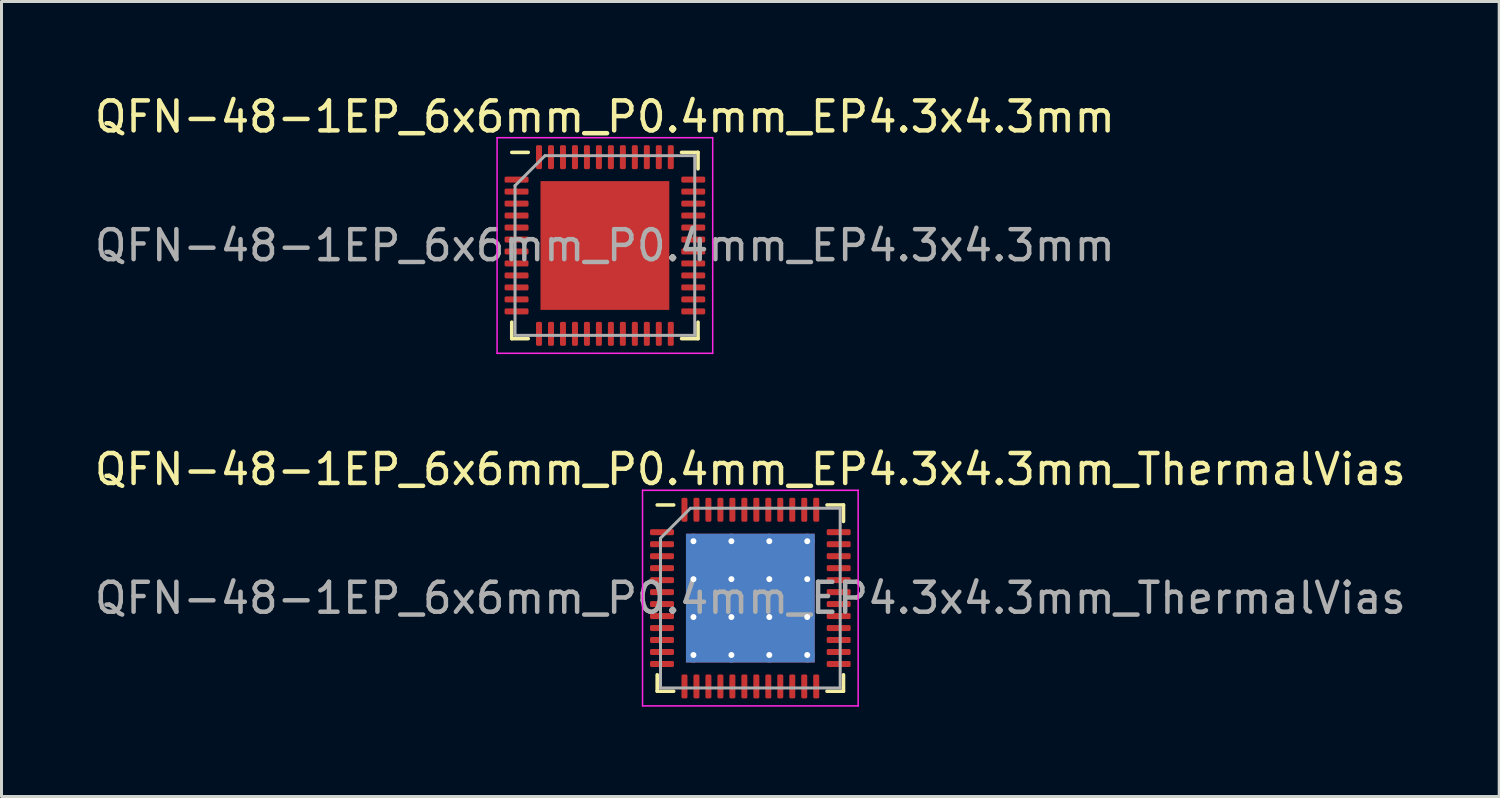
<source format=kicad_pcb>
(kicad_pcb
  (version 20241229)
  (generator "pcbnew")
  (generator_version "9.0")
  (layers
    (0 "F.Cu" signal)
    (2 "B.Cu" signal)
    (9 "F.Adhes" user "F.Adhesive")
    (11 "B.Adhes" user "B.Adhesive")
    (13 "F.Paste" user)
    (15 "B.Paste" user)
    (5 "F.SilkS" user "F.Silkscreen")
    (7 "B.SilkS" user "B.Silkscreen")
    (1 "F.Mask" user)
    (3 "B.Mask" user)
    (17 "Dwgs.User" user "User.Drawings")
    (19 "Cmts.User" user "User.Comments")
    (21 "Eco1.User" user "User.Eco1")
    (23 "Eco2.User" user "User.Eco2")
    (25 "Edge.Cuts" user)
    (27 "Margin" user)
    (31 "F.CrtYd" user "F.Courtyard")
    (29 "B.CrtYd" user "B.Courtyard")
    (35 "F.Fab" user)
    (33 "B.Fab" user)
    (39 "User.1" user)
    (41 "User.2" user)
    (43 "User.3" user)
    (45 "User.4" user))
  (footprint "QFN-48-1EP_6x6mm_P0.4mm_EP4.3x4.3mm"
    (layer "F.Cu")
    (at 17.149 5.148)
    (property "Reference" "QFN-48-1EP_6x6mm_P0.4mm_EP4.3x4.3mm" (at 0 -4.3 0) (layer "F.SilkS") (effects (font (size 1 1) (thickness 0.15))))
    (attr smd)
    (fp_line (start -3.11 3.11) (end -3.11 2.56) (stroke (width 0.12) (type solid)) (layer "F.SilkS"))
    (fp_line (start -2.56 -3.11) (end -3.11 -3.11) (stroke (width 0.12) (type solid)) (layer "F.SilkS"))
    (fp_line (start -2.56 3.11) (end -3.11 3.11) (stroke (width 0.12) (type solid)) (layer "F.SilkS"))
    (fp_line (start 2.56 -3.11) (end 3.11 -3.11) (stroke (width 0.12) (type solid)) (layer "F.SilkS"))
    (fp_line (start 2.56 3.11) (end 3.11 3.11) (stroke (width 0.12) (type solid)) (layer "F.SilkS"))
    (fp_line (start 3.11 -3.11) (end 3.11 -2.56) (stroke (width 0.12) (type solid)) (layer "F.SilkS"))
    (fp_line (start 3.11 3.11) (end 3.11 2.56) (stroke (width 0.12) (type solid)) (layer "F.SilkS"))
    (fp_line (start -3.6 -3.6) (end -3.6 3.6) (stroke (width 0.05) (type solid)) (layer "F.CrtYd"))
    (fp_line (start -3.6 3.6) (end 3.6 3.6) (stroke (width 0.05) (type solid)) (layer "F.CrtYd"))
    (fp_line (start 3.6 -3.6) (end -3.6 -3.6) (stroke (width 0.05) (type solid)) (layer "F.CrtYd"))
    (fp_line (start 3.6 3.6) (end 3.6 -3.6) (stroke (width 0.05) (type solid)) (layer "F.CrtYd"))
    (fp_line (start -3 -2) (end -2 -3) (stroke (width 0.1) (type solid)) (layer "F.Fab"))
    (fp_line (start -3 3) (end -3 -2) (stroke (width 0.1) (type solid)) (layer "F.Fab"))
    (fp_line (start -2 -3) (end 3 -3) (stroke (width 0.1) (type solid)) (layer "F.Fab"))
    (fp_line (start 3 -3) (end 3 3) (stroke (width 0.1) (type solid)) (layer "F.Fab"))
    (fp_line (start 3 3) (end -3 3) (stroke (width 0.1) (type solid)) (layer "F.Fab"))
    (fp_text user "${REFERENCE}" (at 0 0 0) (layer "F.Fab") (effects (font (size 1 1) (thickness 0.15))))
    (pad "" smd roundrect (at -1.43 -1.43) (size 1.16 1.16) (layers "F.Paste") (roundrect_rratio 0.216))
    (pad "" smd roundrect (at -1.43 0) (size 1.16 1.16) (layers "F.Paste") (roundrect_rratio 0.216))
    (pad "" smd roundrect (at -1.43 1.43) (size 1.16 1.16) (layers "F.Paste") (roundrect_rratio 0.216))
    (pad "" smd roundrect (at 0 -1.43) (size 1.16 1.16) (layers "F.Paste") (roundrect_rratio 0.216))
    (pad "" smd roundrect (at 0 0) (size 1.16 1.16) (layers "F.Paste") (roundrect_rratio 0.216))
    (pad "" smd roundrect (at 0 1.43) (size 1.16 1.16) (layers "F.Paste") (roundrect_rratio 0.216))
    (pad "" smd roundrect (at 1.43 -1.43) (size 1.16 1.16) (layers "F.Paste") (roundrect_rratio 0.216))
    (pad "" smd roundrect (at 1.43 0) (size 1.16 1.16) (layers "F.Paste") (roundrect_rratio 0.216))
    (pad "" smd roundrect (at 1.43 1.43) (size 1.16 1.16) (layers "F.Paste") (roundrect_rratio 0.216))
    (pad "1" smd roundrect (at -2.95 -2.2) (size 0.8 0.2) (layers "F.Cu" "F.Mask" "F.Paste") (roundrect_rratio 0.25))
    (pad "2" smd roundrect (at -2.95 -1.8) (size 0.8 0.2) (layers "F.Cu" "F.Mask" "F.Paste") (roundrect_rratio 0.25))
    (pad "3" smd roundrect (at -2.95 -1.4) (size 0.8 0.2) (layers "F.Cu" "F.Mask" "F.Paste") (roundrect_rratio 0.25))
    (pad "4" smd roundrect (at -2.95 -1) (size 0.8 0.2) (layers "F.Cu" "F.Mask" "F.Paste") (roundrect_rratio 0.25))
    (pad "5" smd roundrect (at -2.95 -0.6) (size 0.8 0.2) (layers "F.Cu" "F.Mask" "F.Paste") (roundrect_rratio 0.25))
    (pad "6" smd roundrect (at -2.95 -0.2) (size 0.8 0.2) (layers "F.Cu" "F.Mask" "F.Paste") (roundrect_rratio 0.25))
    (pad "7" smd roundrect (at -2.95 0.2) (size 0.8 0.2) (layers "F.Cu" "F.Mask" "F.Paste") (roundrect_rratio 0.25))
    (pad "8" smd roundrect (at -2.95 0.6) (size 0.8 0.2) (layers "F.Cu" "F.Mask" "F.Paste") (roundrect_rratio 0.25))
    (pad "9" smd roundrect (at -2.95 1) (size 0.8 0.2) (layers "F.Cu" "F.Mask" "F.Paste") (roundrect_rratio 0.25))
    (pad "10" smd roundrect (at -2.95 1.4) (size 0.8 0.2) (layers "F.Cu" "F.Mask" "F.Paste") (roundrect_rratio 0.25))
    (pad "11" smd roundrect (at -2.95 1.8) (size 0.8 0.2) (layers "F.Cu" "F.Mask" "F.Paste") (roundrect_rratio 0.25))
    (pad "12" smd roundrect (at -2.95 2.2) (size 0.8 0.2) (layers "F.Cu" "F.Mask" "F.Paste") (roundrect_rratio 0.25))
    (pad "13" smd roundrect (at -2.2 2.95) (size 0.2 0.8) (layers "F.Cu" "F.Mask" "F.Paste") (roundrect_rratio 0.25))
    (pad "14" smd roundrect (at -1.8 2.95) (size 0.2 0.8) (layers "F.Cu" "F.Mask" "F.Paste") (roundrect_rratio 0.25))
    (pad "15" smd roundrect (at -1.4 2.95) (size 0.2 0.8) (layers "F.Cu" "F.Mask" "F.Paste") (roundrect_rratio 0.25))
    (pad "16" smd roundrect (at -1 2.95) (size 0.2 0.8) (layers "F.Cu" "F.Mask" "F.Paste") (roundrect_rratio 0.25))
    (pad "17" smd roundrect (at -0.6 2.95) (size 0.2 0.8) (layers "F.Cu" "F.Mask" "F.Paste") (roundrect_rratio 0.25))
    (pad "18" smd roundrect (at -0.2 2.95) (size 0.2 0.8) (layers "F.Cu" "F.Mask" "F.Paste") (roundrect_rratio 0.25))
    (pad "19" smd roundrect (at 0.2 2.95) (size 0.2 0.8) (layers "F.Cu" "F.Mask" "F.Paste") (roundrect_rratio 0.25))
    (pad "20" smd roundrect (at 0.6 2.95) (size 0.2 0.8) (layers "F.Cu" "F.Mask" "F.Paste") (roundrect_rratio 0.25))
    (pad "21" smd roundrect (at 1 2.95) (size 0.2 0.8) (layers "F.Cu" "F.Mask" "F.Paste") (roundrect_rratio 0.25))
    (pad "22" smd roundrect (at 1.4 2.95) (size 0.2 0.8) (layers "F.Cu" "F.Mask" "F.Paste") (roundrect_rratio 0.25))
    (pad "23" smd roundrect (at 1.8 2.95) (size 0.2 0.8) (layers "F.Cu" "F.Mask" "F.Paste") (roundrect_rratio 0.25))
    (pad "24" smd roundrect (at 2.2 2.95) (size 0.2 0.8) (layers "F.Cu" "F.Mask" "F.Paste") (roundrect_rratio 0.25))
    (pad "25" smd roundrect (at 2.95 2.2) (size 0.8 0.2) (layers "F.Cu" "F.Mask" "F.Paste") (roundrect_rratio 0.25))
    (pad "26" smd roundrect (at 2.95 1.8) (size 0.8 0.2) (layers "F.Cu" "F.Mask" "F.Paste") (roundrect_rratio 0.25))
    (pad "27" smd roundrect (at 2.95 1.4) (size 0.8 0.2) (layers "F.Cu" "F.Mask" "F.Paste") (roundrect_rratio 0.25))
    (pad "28" smd roundrect (at 2.95 1) (size 0.8 0.2) (layers "F.Cu" "F.Mask" "F.Paste") (roundrect_rratio 0.25))
    (pad "29" smd roundrect (at 2.95 0.6) (size 0.8 0.2) (layers "F.Cu" "F.Mask" "F.Paste") (roundrect_rratio 0.25))
    (pad "30" smd roundrect (at 2.95 0.2) (size 0.8 0.2) (layers "F.Cu" "F.Mask" "F.Paste") (roundrect_rratio 0.25))
    (pad "31" smd roundrect (at 2.95 -0.2) (size 0.8 0.2) (layers "F.Cu" "F.Mask" "F.Paste") (roundrect_rratio 0.25))
    (pad "32" smd roundrect (at 2.95 -0.6) (size 0.8 0.2) (layers "F.Cu" "F.Mask" "F.Paste") (roundrect_rratio 0.25))
    (pad "33" smd roundrect (at 2.95 -1) (size 0.8 0.2) (layers "F.Cu" "F.Mask" "F.Paste") (roundrect_rratio 0.25))
    (pad "34" smd roundrect (at 2.95 -1.4) (size 0.8 0.2) (layers "F.Cu" "F.Mask" "F.Paste") (roundrect_rratio 0.25))
    (pad "35" smd roundrect (at 2.95 -1.8) (size 0.8 0.2) (layers "F.Cu" "F.Mask" "F.Paste") (roundrect_rratio 0.25))
    (pad "36" smd roundrect (at 2.95 -2.2) (size 0.8 0.2) (layers "F.Cu" "F.Mask" "F.Paste") (roundrect_rratio 0.25))
    (pad "37" smd roundrect (at 2.2 -2.95) (size 0.2 0.8) (layers "F.Cu" "F.Mask" "F.Paste") (roundrect_rratio 0.25))
    (pad "38" smd roundrect (at 1.8 -2.95) (size 0.2 0.8) (layers "F.Cu" "F.Mask" "F.Paste") (roundrect_rratio 0.25))
    (pad "39" smd roundrect (at 1.4 -2.95) (size 0.2 0.8) (layers "F.Cu" "F.Mask" "F.Paste") (roundrect_rratio 0.25))
    (pad "40" smd roundrect (at 1 -2.95) (size 0.2 0.8) (layers "F.Cu" "F.Mask" "F.Paste") (roundrect_rratio 0.25))
    (pad "41" smd roundrect (at 0.6 -2.95) (size 0.2 0.8) (layers "F.Cu" "F.Mask" "F.Paste") (roundrect_rratio 0.25))
    (pad "42" smd roundrect (at 0.2 -2.95) (size 0.2 0.8) (layers "F.Cu" "F.Mask" "F.Paste") (roundrect_rratio 0.25))
    (pad "43" smd roundrect (at -0.2 -2.95) (size 0.2 0.8) (layers "F.Cu" "F.Mask" "F.Paste") (roundrect_rratio 0.25))
    (pad "44" smd roundrect (at -0.6 -2.95) (size 0.2 0.8) (layers "F.Cu" "F.Mask" "F.Paste") (roundrect_rratio 0.25))
    (pad "45" smd roundrect (at -1 -2.95) (size 0.2 0.8) (layers "F.Cu" "F.Mask" "F.Paste") (roundrect_rratio 0.25))
    (pad "46" smd roundrect (at -1.4 -2.95) (size 0.2 0.8) (layers "F.Cu" "F.Mask" "F.Paste") (roundrect_rratio 0.25))
    (pad "47" smd roundrect (at -1.8 -2.95) (size 0.2 0.8) (layers "F.Cu" "F.Mask" "F.Paste") (roundrect_rratio 0.25))
    (pad "48" smd roundrect (at -2.2 -2.95) (size 0.2 0.8) (layers "F.Cu" "F.Mask" "F.Paste") (roundrect_rratio 0.25))
    (pad "49" smd rect (at 0 0) (size 4.3 4.3) (layers "F.Cu" "F.Mask")))
  (footprint "QFN-48-1EP_6x6mm_P0.4mm_EP4.3x4.3mm_ThermalVias"
    (layer "F.Cu")
    (at 22.006 16.922)
    (property "Reference" "QFN-48-1EP_6x6mm_P0.4mm_EP4.3x4.3mm_ThermalVias" (at 0 -4.3 0) (layer "F.SilkS") (effects (font (size 1 1) (thickness 0.15))))
    (attr smd)
    (fp_line (start -3.11 3.11) (end -3.11 2.56) (stroke (width 0.12) (type solid)) (layer "F.SilkS"))
    (fp_line (start -2.56 -3.11) (end -3.11 -3.11) (stroke (width 0.12) (type solid)) (layer "F.SilkS"))
    (fp_line (start -2.56 3.11) (end -3.11 3.11) (stroke (width 0.12) (type solid)) (layer "F.SilkS"))
    (fp_line (start 2.56 -3.11) (end 3.11 -3.11) (stroke (width 0.12) (type solid)) (layer "F.SilkS"))
    (fp_line (start 2.56 3.11) (end 3.11 3.11) (stroke (width 0.12) (type solid)) (layer "F.SilkS"))
    (fp_line (start 3.11 -3.11) (end 3.11 -2.56) (stroke (width 0.12) (type solid)) (layer "F.SilkS"))
    (fp_line (start 3.11 3.11) (end 3.11 2.56) (stroke (width 0.12) (type solid)) (layer "F.SilkS"))
    (fp_line (start -3.6 -3.6) (end -3.6 3.6) (stroke (width 0.05) (type solid)) (layer "F.CrtYd"))
    (fp_line (start -3.6 3.6) (end 3.6 3.6) (stroke (width 0.05) (type solid)) (layer "F.CrtYd"))
    (fp_line (start 3.6 -3.6) (end -3.6 -3.6) (stroke (width 0.05) (type solid)) (layer "F.CrtYd"))
    (fp_line (start 3.6 3.6) (end 3.6 -3.6) (stroke (width 0.05) (type solid)) (layer "F.CrtYd"))
    (fp_line (start -3 -2) (end -2 -3) (stroke (width 0.1) (type solid)) (layer "F.Fab"))
    (fp_line (start -3 3) (end -3 -2) (stroke (width 0.1) (type solid)) (layer "F.Fab"))
    (fp_line (start -2 -3) (end 3 -3) (stroke (width 0.1) (type solid)) (layer "F.Fab"))
    (fp_line (start 3 -3) (end 3 3) (stroke (width 0.1) (type solid)) (layer "F.Fab"))
    (fp_line (start 3 3) (end -3 3) (stroke (width 0.1) (type solid)) (layer "F.Fab"))
    (fp_text user "${REFERENCE}" (at 0 0 0) (layer "F.Fab") (effects (font (size 1 1) (thickness 0.15))))
    (pad "" smd custom (at -1.267 -1.267) (size 1.034 1.034) (layers "F.Paste") (options (anchor circle)) (primitives (gr_poly (pts (xy -0.456 -0.356) (xy -0.356 -0.456) (xy 0.356 -0.456) (xy 0.456 -0.356) (xy 0.456 0.356) (xy 0.356 0.456) (xy -0.356 0.456) (xy -0.456 0.356)) (width 0.243) (fill yes))))
    (pad "" smd custom (at -1.267 0) (size 1.034 1.034) (layers "F.Paste") (options (anchor circle)) (primitives (gr_poly (pts (xy -0.456 -0.356) (xy -0.356 -0.456) (xy 0.356 -0.456) (xy 0.456 -0.356) (xy 0.456 0.356) (xy 0.356 0.456) (xy -0.356 0.456) (xy -0.456 0.356)) (width 0.243) (fill yes))))
    (pad "" smd custom (at -1.267 1.267) (size 1.034 1.034) (layers "F.Paste") (options (anchor circle)) (primitives (gr_poly (pts (xy -0.456 -0.356) (xy -0.356 -0.456) (xy 0.356 -0.456) (xy 0.456 -0.356) (xy 0.456 0.356) (xy 0.356 0.456) (xy -0.356 0.456) (xy -0.456 0.356)) (width 0.243) (fill yes))))
    (pad "" smd custom (at 0 -1.267) (size 1.034 1.034) (layers "F.Paste") (options (anchor circle)) (primitives (gr_poly (pts (xy -0.456 -0.356) (xy -0.356 -0.456) (xy 0.356 -0.456) (xy 0.456 -0.356) (xy 0.456 0.356) (xy 0.356 0.456) (xy -0.356 0.456) (xy -0.456 0.356)) (width 0.243) (fill yes))))
    (pad "" smd custom (at 0 0) (size 1.034 1.034) (layers "F.Paste") (options (anchor circle)) (primitives (gr_poly (pts (xy -0.456 -0.356) (xy -0.356 -0.456) (xy 0.356 -0.456) (xy 0.456 -0.356) (xy 0.456 0.356) (xy 0.356 0.456) (xy -0.356 0.456) (xy -0.456 0.356)) (width 0.243) (fill yes))))
    (pad "" smd custom (at 0 1.267) (size 1.034 1.034) (layers "F.Paste") (options (anchor circle)) (primitives (gr_poly (pts (xy -0.456 -0.356) (xy -0.356 -0.456) (xy 0.356 -0.456) (xy 0.456 -0.356) (xy 0.456 0.356) (xy 0.356 0.456) (xy -0.356 0.456) (xy -0.456 0.356)) (width 0.243) (fill yes))))
    (pad "" smd custom (at 1.267 -1.267) (size 1.034 1.034) (layers "F.Paste") (options (anchor circle)) (primitives (gr_poly (pts (xy -0.456 -0.356) (xy -0.356 -0.456) (xy 0.356 -0.456) (xy 0.456 -0.356) (xy 0.456 0.356) (xy 0.356 0.456) (xy -0.356 0.456) (xy -0.456 0.356)) (width 0.243) (fill yes))))
    (pad "" smd custom (at 1.267 0) (size 1.034 1.034) (layers "F.Paste") (options (anchor circle)) (primitives (gr_poly (pts (xy -0.456 -0.356) (xy -0.356 -0.456) (xy 0.356 -0.456) (xy 0.456 -0.356) (xy 0.456 0.356) (xy 0.356 0.456) (xy -0.356 0.456) (xy -0.456 0.356)) (width 0.243) (fill yes))))
    (pad "" smd custom (at 1.267 1.267) (size 1.034 1.034) (layers "F.Paste") (options (anchor circle)) (primitives (gr_poly (pts (xy -0.456 -0.356) (xy -0.356 -0.456) (xy 0.356 -0.456) (xy 0.456 -0.356) (xy 0.456 0.356) (xy 0.356 0.456) (xy -0.356 0.456) (xy -0.456 0.356)) (width 0.243) (fill yes))))
    (pad "1" smd roundrect (at -2.95 -2.2) (size 0.8 0.2) (layers "F.Cu" "F.Mask" "F.Paste") (roundrect_rratio 0.25))
    (pad "2" smd roundrect (at -2.95 -1.8) (size 0.8 0.2) (layers "F.Cu" "F.Mask" "F.Paste") (roundrect_rratio 0.25))
    (pad "3" smd roundrect (at -2.95 -1.4) (size 0.8 0.2) (layers "F.Cu" "F.Mask" "F.Paste") (roundrect_rratio 0.25))
    (pad "4" smd roundrect (at -2.95 -1) (size 0.8 0.2) (layers "F.Cu" "F.Mask" "F.Paste") (roundrect_rratio 0.25))
    (pad "5" smd roundrect (at -2.95 -0.6) (size 0.8 0.2) (layers "F.Cu" "F.Mask" "F.Paste") (roundrect_rratio 0.25))
    (pad "6" smd roundrect (at -2.95 -0.2) (size 0.8 0.2) (layers "F.Cu" "F.Mask" "F.Paste") (roundrect_rratio 0.25))
    (pad "7" smd roundrect (at -2.95 0.2) (size 0.8 0.2) (layers "F.Cu" "F.Mask" "F.Paste") (roundrect_rratio 0.25))
    (pad "8" smd roundrect (at -2.95 0.6) (size 0.8 0.2) (layers "F.Cu" "F.Mask" "F.Paste") (roundrect_rratio 0.25))
    (pad "9" smd roundrect (at -2.95 1) (size 0.8 0.2) (layers "F.Cu" "F.Mask" "F.Paste") (roundrect_rratio 0.25))
    (pad "10" smd roundrect (at -2.95 1.4) (size 0.8 0.2) (layers "F.Cu" "F.Mask" "F.Paste") (roundrect_rratio 0.25))
    (pad "11" smd roundrect (at -2.95 1.8) (size 0.8 0.2) (layers "F.Cu" "F.Mask" "F.Paste") (roundrect_rratio 0.25))
    (pad "12" smd roundrect (at -2.95 2.2) (size 0.8 0.2) (layers "F.Cu" "F.Mask" "F.Paste") (roundrect_rratio 0.25))
    (pad "13" smd roundrect (at -2.2 2.95) (size 0.2 0.8) (layers "F.Cu" "F.Mask" "F.Paste") (roundrect_rratio 0.25))
    (pad "14" smd roundrect (at -1.8 2.95) (size 0.2 0.8) (layers "F.Cu" "F.Mask" "F.Paste") (roundrect_rratio 0.25))
    (pad "15" smd roundrect (at -1.4 2.95) (size 0.2 0.8) (layers "F.Cu" "F.Mask" "F.Paste") (roundrect_rratio 0.25))
    (pad "16" smd roundrect (at -1 2.95) (size 0.2 0.8) (layers "F.Cu" "F.Mask" "F.Paste") (roundrect_rratio 0.25))
    (pad "17" smd roundrect (at -0.6 2.95) (size 0.2 0.8) (layers "F.Cu" "F.Mask" "F.Paste") (roundrect_rratio 0.25))
    (pad "18" smd roundrect (at -0.2 2.95) (size 0.2 0.8) (layers "F.Cu" "F.Mask" "F.Paste") (roundrect_rratio 0.25))
    (pad "19" smd roundrect (at 0.2 2.95) (size 0.2 0.8) (layers "F.Cu" "F.Mask" "F.Paste") (roundrect_rratio 0.25))
    (pad "20" smd roundrect (at 0.6 2.95) (size 0.2 0.8) (layers "F.Cu" "F.Mask" "F.Paste") (roundrect_rratio 0.25))
    (pad "21" smd roundrect (at 1 2.95) (size 0.2 0.8) (layers "F.Cu" "F.Mask" "F.Paste") (roundrect_rratio 0.25))
    (pad "22" smd roundrect (at 1.4 2.95) (size 0.2 0.8) (layers "F.Cu" "F.Mask" "F.Paste") (roundrect_rratio 0.25))
    (pad "23" smd roundrect (at 1.8 2.95) (size 0.2 0.8) (layers "F.Cu" "F.Mask" "F.Paste") (roundrect_rratio 0.25))
    (pad "24" smd roundrect (at 2.2 2.95) (size 0.2 0.8) (layers "F.Cu" "F.Mask" "F.Paste") (roundrect_rratio 0.25))
    (pad "25" smd roundrect (at 2.95 2.2) (size 0.8 0.2) (layers "F.Cu" "F.Mask" "F.Paste") (roundrect_rratio 0.25))
    (pad "26" smd roundrect (at 2.95 1.8) (size 0.8 0.2) (layers "F.Cu" "F.Mask" "F.Paste") (roundrect_rratio 0.25))
    (pad "27" smd roundrect (at 2.95 1.4) (size 0.8 0.2) (layers "F.Cu" "F.Mask" "F.Paste") (roundrect_rratio 0.25))
    (pad "28" smd roundrect (at 2.95 1) (size 0.8 0.2) (layers "F.Cu" "F.Mask" "F.Paste") (roundrect_rratio 0.25))
    (pad "29" smd roundrect (at 2.95 0.6) (size 0.8 0.2) (layers "F.Cu" "F.Mask" "F.Paste") (roundrect_rratio 0.25))
    (pad "30" smd roundrect (at 2.95 0.2) (size 0.8 0.2) (layers "F.Cu" "F.Mask" "F.Paste") (roundrect_rratio 0.25))
    (pad "31" smd roundrect (at 2.95 -0.2) (size 0.8 0.2) (layers "F.Cu" "F.Mask" "F.Paste") (roundrect_rratio 0.25))
    (pad "32" smd roundrect (at 2.95 -0.6) (size 0.8 0.2) (layers "F.Cu" "F.Mask" "F.Paste") (roundrect_rratio 0.25))
    (pad "33" smd roundrect (at 2.95 -1) (size 0.8 0.2) (layers "F.Cu" "F.Mask" "F.Paste") (roundrect_rratio 0.25))
    (pad "34" smd roundrect (at 2.95 -1.4) (size 0.8 0.2) (layers "F.Cu" "F.Mask" "F.Paste") (roundrect_rratio 0.25))
    (pad "35" smd roundrect (at 2.95 -1.8) (size 0.8 0.2) (layers "F.Cu" "F.Mask" "F.Paste") (roundrect_rratio 0.25))
    (pad "36" smd roundrect (at 2.95 -2.2) (size 0.8 0.2) (layers "F.Cu" "F.Mask" "F.Paste") (roundrect_rratio 0.25))
    (pad "37" smd roundrect (at 2.2 -2.95) (size 0.2 0.8) (layers "F.Cu" "F.Mask" "F.Paste") (roundrect_rratio 0.25))
    (pad "38" smd roundrect (at 1.8 -2.95) (size 0.2 0.8) (layers "F.Cu" "F.Mask" "F.Paste") (roundrect_rratio 0.25))
    (pad "39" smd roundrect (at 1.4 -2.95) (size 0.2 0.8) (layers "F.Cu" "F.Mask" "F.Paste") (roundrect_rratio 0.25))
    (pad "40" smd roundrect (at 1 -2.95) (size 0.2 0.8) (layers "F.Cu" "F.Mask" "F.Paste") (roundrect_rratio 0.25))
    (pad "41" smd roundrect (at 0.6 -2.95) (size 0.2 0.8) (layers "F.Cu" "F.Mask" "F.Paste") (roundrect_rratio 0.25))
    (pad "42" smd roundrect (at 0.2 -2.95) (size 0.2 0.8) (layers "F.Cu" "F.Mask" "F.Paste") (roundrect_rratio 0.25))
    (pad "43" smd roundrect (at -0.2 -2.95) (size 0.2 0.8) (layers "F.Cu" "F.Mask" "F.Paste") (roundrect_rratio 0.25))
    (pad "44" smd roundrect (at -0.6 -2.95) (size 0.2 0.8) (layers "F.Cu" "F.Mask" "F.Paste") (roundrect_rratio 0.25))
    (pad "45" smd roundrect (at -1 -2.95) (size 0.2 0.8) (layers "F.Cu" "F.Mask" "F.Paste") (roundrect_rratio 0.25))
    (pad "46" smd roundrect (at -1.4 -2.95) (size 0.2 0.8) (layers "F.Cu" "F.Mask" "F.Paste") (roundrect_rratio 0.25))
    (pad "47" smd roundrect (at -1.8 -2.95) (size 0.2 0.8) (layers "F.Cu" "F.Mask" "F.Paste") (roundrect_rratio 0.25))
    (pad "48" smd roundrect (at -2.2 -2.95) (size 0.2 0.8) (layers "F.Cu" "F.Mask" "F.Paste") (roundrect_rratio 0.25))
    (pad "49" thru_hole circle (at -1.9 -1.9) (size 0.5 0.5) (drill 0.2) (layers "*.Cu"))
    (pad "49" thru_hole circle (at -1.9 -0.633) (size 0.5 0.5) (drill 0.2) (layers "*.Cu"))
    (pad "49" thru_hole circle (at -1.9 0.633) (size 0.5 0.5) (drill 0.2) (layers "*.Cu"))
    (pad "49" thru_hole circle (at -1.9 1.9) (size 0.5 0.5) (drill 0.2) (layers "*.Cu"))
    (pad "49" thru_hole circle (at -0.633 -1.9) (size 0.5 0.5) (drill 0.2) (layers "*.Cu"))
    (pad "49" thru_hole circle (at -0.633 -0.633) (size 0.5 0.5) (drill 0.2) (layers "*.Cu"))
    (pad "49" thru_hole circle (at -0.633 0.633) (size 0.5 0.5) (drill 0.2) (layers "*.Cu"))
    (pad "49" thru_hole circle (at -0.633 1.9) (size 0.5 0.5) (drill 0.2) (layers "*.Cu"))
    (pad "49" smd rect (at 0 0) (size 4.3 4.3) (layers "F.Cu" "F.Mask"))
    (pad "49" smd rect (at 0 0) (size 4.3 4.3) (layers "B.Cu"))
    (pad "49" thru_hole circle (at 0.633 -1.9) (size 0.5 0.5) (drill 0.2) (layers "*.Cu"))
    (pad "49" thru_hole circle (at 0.633 -0.633) (size 0.5 0.5) (drill 0.2) (layers "*.Cu"))
    (pad "49" thru_hole circle (at 0.633 0.633) (size 0.5 0.5) (drill 0.2) (layers "*.Cu"))
    (pad "49" thru_hole circle (at 0.633 1.9) (size 0.5 0.5) (drill 0.2) (layers "*.Cu"))
    (pad "49" thru_hole circle (at 1.9 -1.9) (size 0.5 0.5) (drill 0.2) (layers "*.Cu"))
    (pad "49" thru_hole circle (at 1.9 -0.633) (size 0.5 0.5) (drill 0.2) (layers "*.Cu"))
    (pad "49" thru_hole circle (at 1.9 0.633) (size 0.5 0.5) (drill 0.2) (layers "*.Cu"))
    (pad "49" thru_hole circle (at 1.9 1.9) (size 0.5 0.5) (drill 0.2) (layers "*.Cu")))
  (gr_rect
    (start -3 -3)
    (end 47.012 23.547)
    (stroke (width 0.1) (type default))
    (fill no)
    (layer "Edge.Cuts")))
</source>
